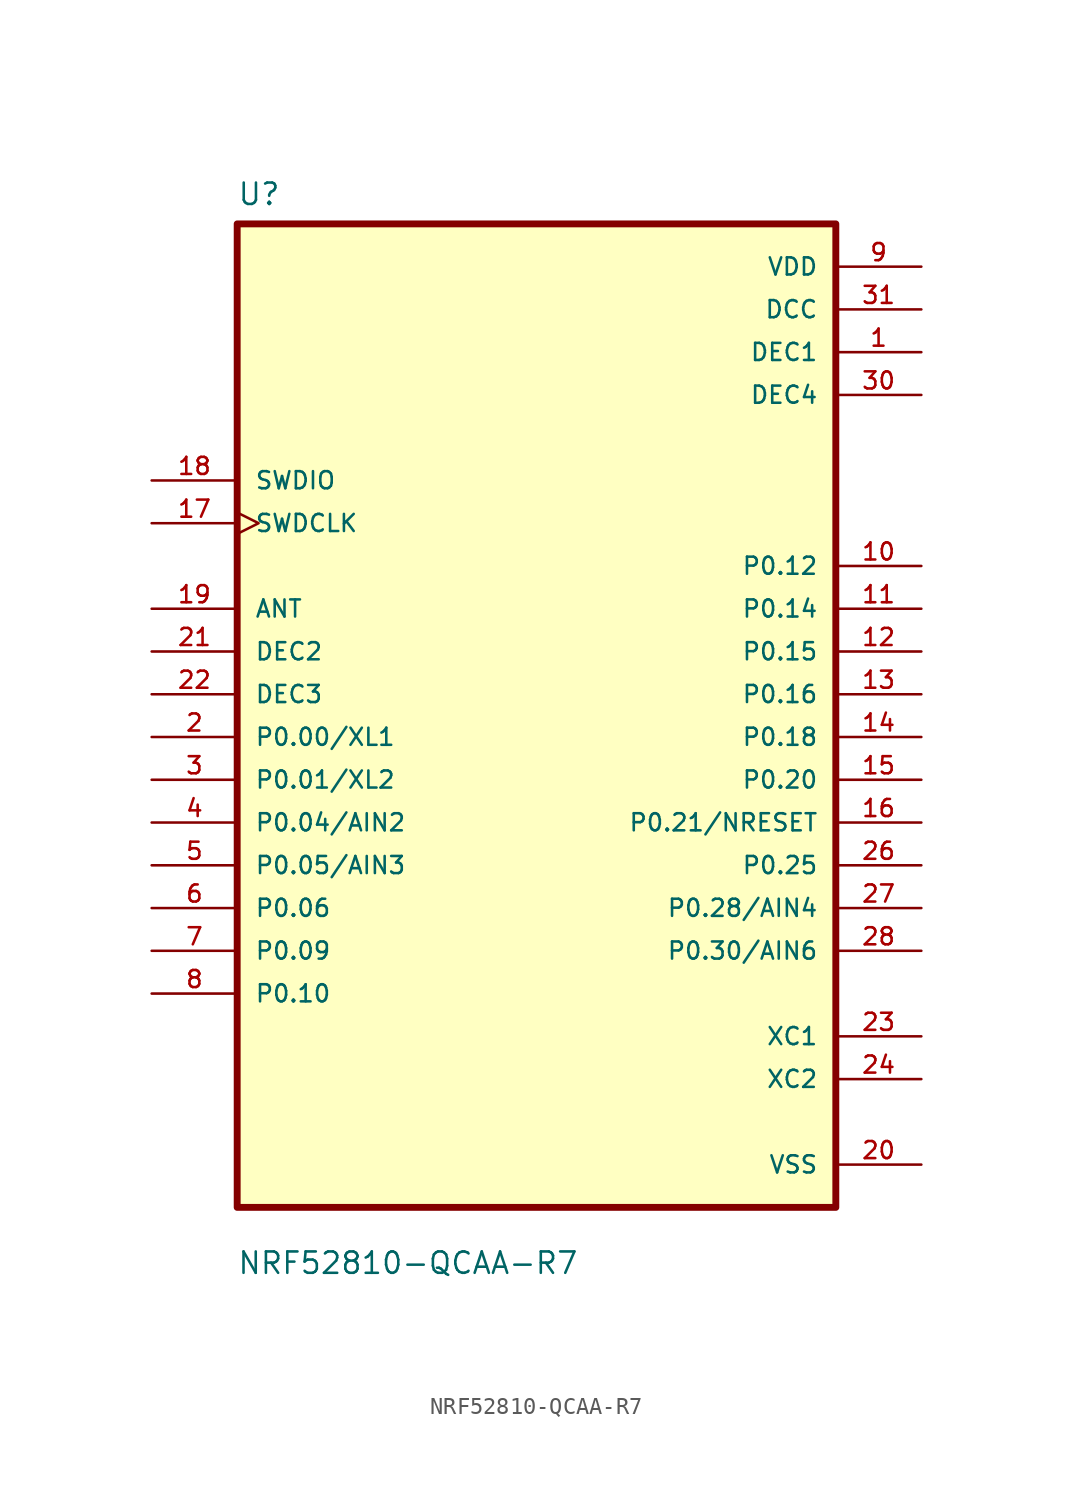
<source format=kicad_sym>
(kicad_symbol_lib
  (version 20211014)
  (generator kicad_symbol_editor)
  (symbol "NRF52810-QCAA-R7"
    (pin_names
      (offset 1.016))
    (property "Reference" "U"
      (at -17.793 28.963 0.0)
      (effects (font (size 1.27 1.27)) (justify bottom left)))
    (property "Value" "NRF52810-QCAA-R7"
      (at -17.806 -34.531 0.0)
      (effects (font (size 1.27 1.27)) (justify bottom left)))
    (symbol "NRF52810-QCAA-R7_0_0"
      (rectangle (start -17.78 -30.48) (end 17.78 27.94) (stroke (width 0.41)) (fill (type background)))
      (pin input clock (at -22.86 10.16 0) (length 5.08) (name "SWDCLK" (effects (font (size 1.016 1.016)))) (number "17" (effects (font (size 1.016 1.016)))))
      (pin bidirectional line (at -22.86 5.08 0) (length 5.08) (name "ANT" (effects (font (size 1.016 1.016)))) (number "19" (effects (font (size 1.016 1.016)))))
      (pin power_in line (at 22.86 22.86 180.0) (length 5.08) (name "DCC" (effects (font (size 1.016 1.016)))) (number "31" (effects (font (size 1.016 1.016)))))
      (pin bidirectional line (at -22.86 2.54 0) (length 5.08) (name "DEC2" (effects (font (size 1.016 1.016)))) (number "21" (effects (font (size 1.016 1.016)))))
      (pin bidirectional line (at -22.86 0.0 0) (length 5.08) (name "DEC3" (effects (font (size 1.016 1.016)))) (number "22" (effects (font (size 1.016 1.016)))))
      (pin power_in line (at 22.86 17.78 180.0) (length 5.08) (name "DEC4" (effects (font (size 1.016 1.016)))) (number "30" (effects (font (size 1.016 1.016)))))
      (pin bidirectional line (at -22.86 -2.54 0) (length 5.08) (name "P0.00/XL1" (effects (font (size 1.016 1.016)))) (number "2" (effects (font (size 1.016 1.016)))))
      (pin bidirectional line (at -22.86 -5.08 0) (length 5.08) (name "P0.01/XL2" (effects (font (size 1.016 1.016)))) (number "3" (effects (font (size 1.016 1.016)))))
      (pin bidirectional line (at -22.86 -7.62 0) (length 5.08) (name "P0.04/AIN2" (effects (font (size 1.016 1.016)))) (number "4" (effects (font (size 1.016 1.016)))))
      (pin bidirectional line (at -22.86 -10.16 0) (length 5.08) (name "P0.05/AIN3" (effects (font (size 1.016 1.016)))) (number "5" (effects (font (size 1.016 1.016)))))
      (pin bidirectional line (at -22.86 -12.7 0) (length 5.08) (name "P0.06" (effects (font (size 1.016 1.016)))) (number "6" (effects (font (size 1.016 1.016)))))
      (pin bidirectional line (at -22.86 -15.24 0) (length 5.08) (name "P0.09" (effects (font (size 1.016 1.016)))) (number "7" (effects (font (size 1.016 1.016)))))
      (pin bidirectional line (at -22.86 -17.78 0) (length 5.08) (name "P0.10" (effects (font (size 1.016 1.016)))) (number "8" (effects (font (size 1.016 1.016)))))
      (pin power_in line (at 22.86 20.32 180.0) (length 5.08) (name "DEC1" (effects (font (size 1.016 1.016)))) (number "1" (effects (font (size 1.016 1.016)))))
      (pin power_in line (at 22.86 25.4 180.0) (length 5.08) (name "VDD" (effects (font (size 1.016 1.016)))) (number "9" (effects (font (size 1.016 1.016)))))
      (pin power_in line (at 22.86 25.4 180.0) (length 5.08) hide (name "VDD" (effects (font (size 1.016 1.016)))) (number "25" (effects (font (size 1.016 1.016)))))
      (pin power_in line (at 22.86 25.4 180.0) (length 5.08) hide (name "VDD" (effects (font (size 1.016 1.016)))) (number "32" (effects (font (size 1.016 1.016)))))
      (pin bidirectional line (at 22.86 7.62 180.0) (length 5.08) (name "P0.12" (effects (font (size 1.016 1.016)))) (number "10" (effects (font (size 1.016 1.016)))))
      (pin bidirectional line (at 22.86 5.08 180.0) (length 5.08) (name "P0.14" (effects (font (size 1.016 1.016)))) (number "11" (effects (font (size 1.016 1.016)))))
      (pin bidirectional line (at 22.86 2.54 180.0) (length 5.08) (name "P0.15" (effects (font (size 1.016 1.016)))) (number "12" (effects (font (size 1.016 1.016)))))
      (pin bidirectional line (at 22.86 0.0 180.0) (length 5.08) (name "P0.16" (effects (font (size 1.016 1.016)))) (number "13" (effects (font (size 1.016 1.016)))))
      (pin bidirectional line (at 22.86 -2.54 180.0) (length 5.08) (name "P0.18" (effects (font (size 1.016 1.016)))) (number "14" (effects (font (size 1.016 1.016)))))
      (pin bidirectional line (at 22.86 -5.08 180.0) (length 5.08) (name "P0.20" (effects (font (size 1.016 1.016)))) (number "15" (effects (font (size 1.016 1.016)))))
      (pin bidirectional line (at 22.86 -7.62 180.0) (length 5.08) (name "P0.21/NRESET" (effects (font (size 1.016 1.016)))) (number "16" (effects (font (size 1.016 1.016)))))
      (pin bidirectional line (at 22.86 -10.16 180.0) (length 5.08) (name "P0.25" (effects (font (size 1.016 1.016)))) (number "26" (effects (font (size 1.016 1.016)))))
      (pin bidirectional line (at 22.86 -12.7 180.0) (length 5.08) (name "P0.28/AIN4" (effects (font (size 1.016 1.016)))) (number "27" (effects (font (size 1.016 1.016)))))
      (pin bidirectional line (at 22.86 -15.24 180.0) (length 5.08) (name "P0.30/AIN6" (effects (font (size 1.016 1.016)))) (number "28" (effects (font (size 1.016 1.016)))))
      (pin bidirectional line (at -22.86 12.7 0) (length 5.08) (name "SWDIO" (effects (font (size 1.016 1.016)))) (number "18" (effects (font (size 1.016 1.016)))))
      (pin input line (at 22.86 -20.32 180.0) (length 5.08) (name "XC1" (effects (font (size 1.016 1.016)))) (number "23" (effects (font (size 1.016 1.016)))))
      (pin input line (at 22.86 -22.86 180.0) (length 5.08) (name "XC2" (effects (font (size 1.016 1.016)))) (number "24" (effects (font (size 1.016 1.016)))))
      (pin power_in line (at 22.86 -27.94 180.0) (length 5.08) (name "VSS" (effects (font (size 1.016 1.016)))) (number "20" (effects (font (size 1.016 1.016)))))
      (pin power_in line (at 22.86 -27.94 180.0) (length 5.08) hide (name "VSS" (effects (font (size 1.016 1.016)))) (number "29" (effects (font (size 1.016 1.016)))))
      (pin power_in line (at 22.86 -27.94 180.0) (length 5.08) hide (name "VSS" (effects (font (size 1.016 1.016)))) (number "EP" (effects (font (size 1.016 1.016))))))))
</source>
